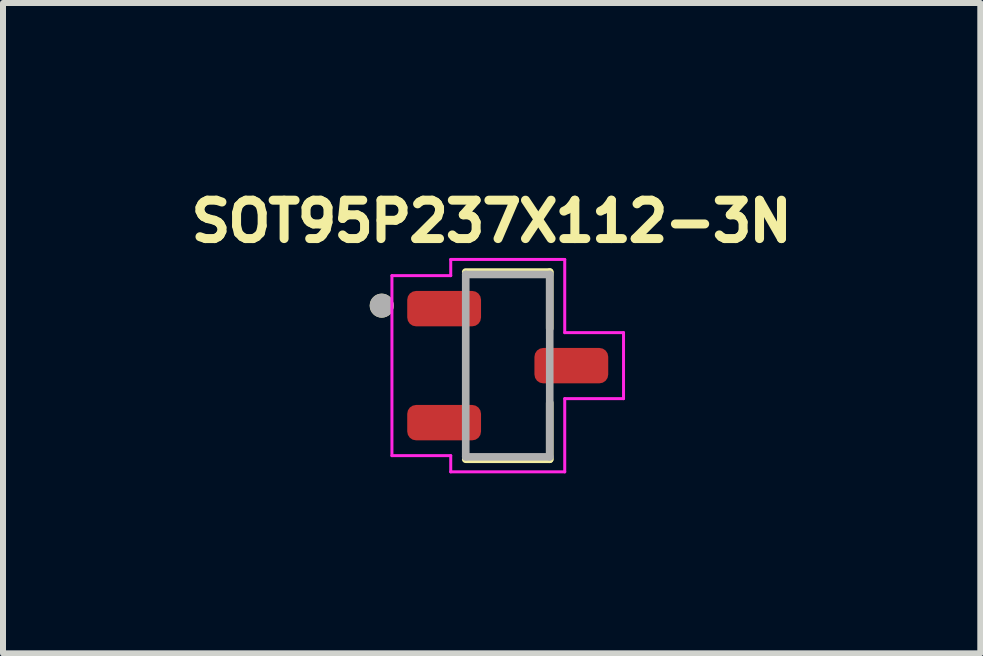
<source format=kicad_pcb>
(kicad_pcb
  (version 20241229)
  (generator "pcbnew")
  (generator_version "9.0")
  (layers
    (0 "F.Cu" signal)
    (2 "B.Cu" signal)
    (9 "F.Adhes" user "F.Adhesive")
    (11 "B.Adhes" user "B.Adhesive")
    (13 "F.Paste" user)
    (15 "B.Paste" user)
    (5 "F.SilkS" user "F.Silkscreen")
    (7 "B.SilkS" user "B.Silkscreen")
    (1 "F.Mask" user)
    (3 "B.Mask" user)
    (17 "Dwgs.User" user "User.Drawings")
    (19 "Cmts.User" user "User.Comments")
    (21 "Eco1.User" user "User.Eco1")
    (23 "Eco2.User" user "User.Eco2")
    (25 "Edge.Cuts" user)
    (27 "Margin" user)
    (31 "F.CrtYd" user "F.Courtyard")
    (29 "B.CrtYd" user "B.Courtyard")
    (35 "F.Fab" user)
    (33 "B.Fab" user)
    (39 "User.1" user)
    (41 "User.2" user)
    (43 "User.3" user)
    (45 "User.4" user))
  (footprint "SOT95P237X112-3N"
    (layer "F.Cu")
    (at 5.412 3.044)
    (property "Reference" "SOT95P237X112-3N" (at -0.268 -2.406 0) (layer "F.SilkS") (effects (font (size 0.64 0.64) (thickness 0.15))))
    (attr smd)
    (fp_line (start -0.7 -1.56) (end 0.7 -1.56) (stroke (width 0.127) (type solid)) (layer "F.SilkS"))
    (fp_line (start -0.7 1.56) (end 0.7 1.56) (stroke (width 0.127) (type solid)) (layer "F.SilkS"))
    (fp_line (start 0.7 -1.56) (end 0.7 -0.62) (stroke (width 0.127) (type solid)) (layer "F.SilkS"))
    (fp_line (start 0.7 0.62) (end 0.7 1.56) (stroke (width 0.127) (type solid)) (layer "F.SilkS"))
    (fp_circle (center -2.1 -1) (end -2 -1) (stroke (width 0.2) (type solid)) (fill no) (layer "F.SilkS"))
    (fp_line (start -1.93 -1.5) (end -1.93 1.5) (stroke (width 0.05) (type solid)) (layer "F.CrtYd"))
    (fp_line (start -1.93 1.5) (end -0.95 1.5) (stroke (width 0.05) (type solid)) (layer "F.CrtYd"))
    (fp_line (start -0.95 -1.77) (end -0.95 -1.5) (stroke (width 0.05) (type solid)) (layer "F.CrtYd"))
    (fp_line (start -0.95 -1.77) (end 0.95 -1.77) (stroke (width 0.05) (type solid)) (layer "F.CrtYd"))
    (fp_line (start -0.95 -1.5) (end -1.93 -1.5) (stroke (width 0.05) (type solid)) (layer "F.CrtYd"))
    (fp_line (start -0.95 1.5) (end -0.95 1.77) (stroke (width 0.05) (type solid)) (layer "F.CrtYd"))
    (fp_line (start -0.95 1.77) (end 0.95 1.77) (stroke (width 0.05) (type solid)) (layer "F.CrtYd"))
    (fp_line (start 0.95 -1.77) (end 0.95 -0.55) (stroke (width 0.05) (type solid)) (layer "F.CrtYd"))
    (fp_line (start 0.95 -0.55) (end 1.93 -0.55) (stroke (width 0.05) (type solid)) (layer "F.CrtYd"))
    (fp_line (start 0.95 0.55) (end 0.95 1.77) (stroke (width 0.05) (type solid)) (layer "F.CrtYd"))
    (fp_line (start 1.93 -0.55) (end 1.93 0.55) (stroke (width 0.05) (type solid)) (layer "F.CrtYd"))
    (fp_line (start 1.93 0.55) (end 0.95 0.55) (stroke (width 0.05) (type solid)) (layer "F.CrtYd"))
    (fp_line (start -0.7 -1.52) (end 0.7 -1.52) (stroke (width 0.127) (type solid)) (layer "F.Fab"))
    (fp_line (start -0.7 1.52) (end -0.7 -1.52) (stroke (width 0.127) (type solid)) (layer "F.Fab"))
    (fp_line (start 0.7 -1.52) (end 0.7 1.52) (stroke (width 0.127) (type solid)) (layer "F.Fab"))
    (fp_line (start 0.7 1.52) (end -0.7 1.52) (stroke (width 0.127) (type solid)) (layer "F.Fab"))
    (fp_circle (center -2.1 -1) (end -2 -1) (stroke (width 0.2) (type solid)) (fill no) (layer "F.Fab"))
    (pad "1" smd roundrect (at -1.06 -0.95) (size 1.23 0.59) (layers "F.Cu" "F.Mask" "F.Paste") (roundrect_rratio 0.25))
    (pad "2" smd roundrect (at -1.06 0.95) (size 1.23 0.59) (layers "F.Cu" "F.Mask" "F.Paste") (roundrect_rratio 0.25))
    (pad "3" smd roundrect (at 1.06 0) (size 1.23 0.59) (layers "F.Cu" "F.Mask" "F.Paste") (roundrect_rratio 0.25)))
  (gr_rect
    (start -3 -3)
    (end 13.288 7.839)
    (stroke (width 0.1) (type default))
    (fill no)
    (layer "Edge.Cuts")))
</source>
